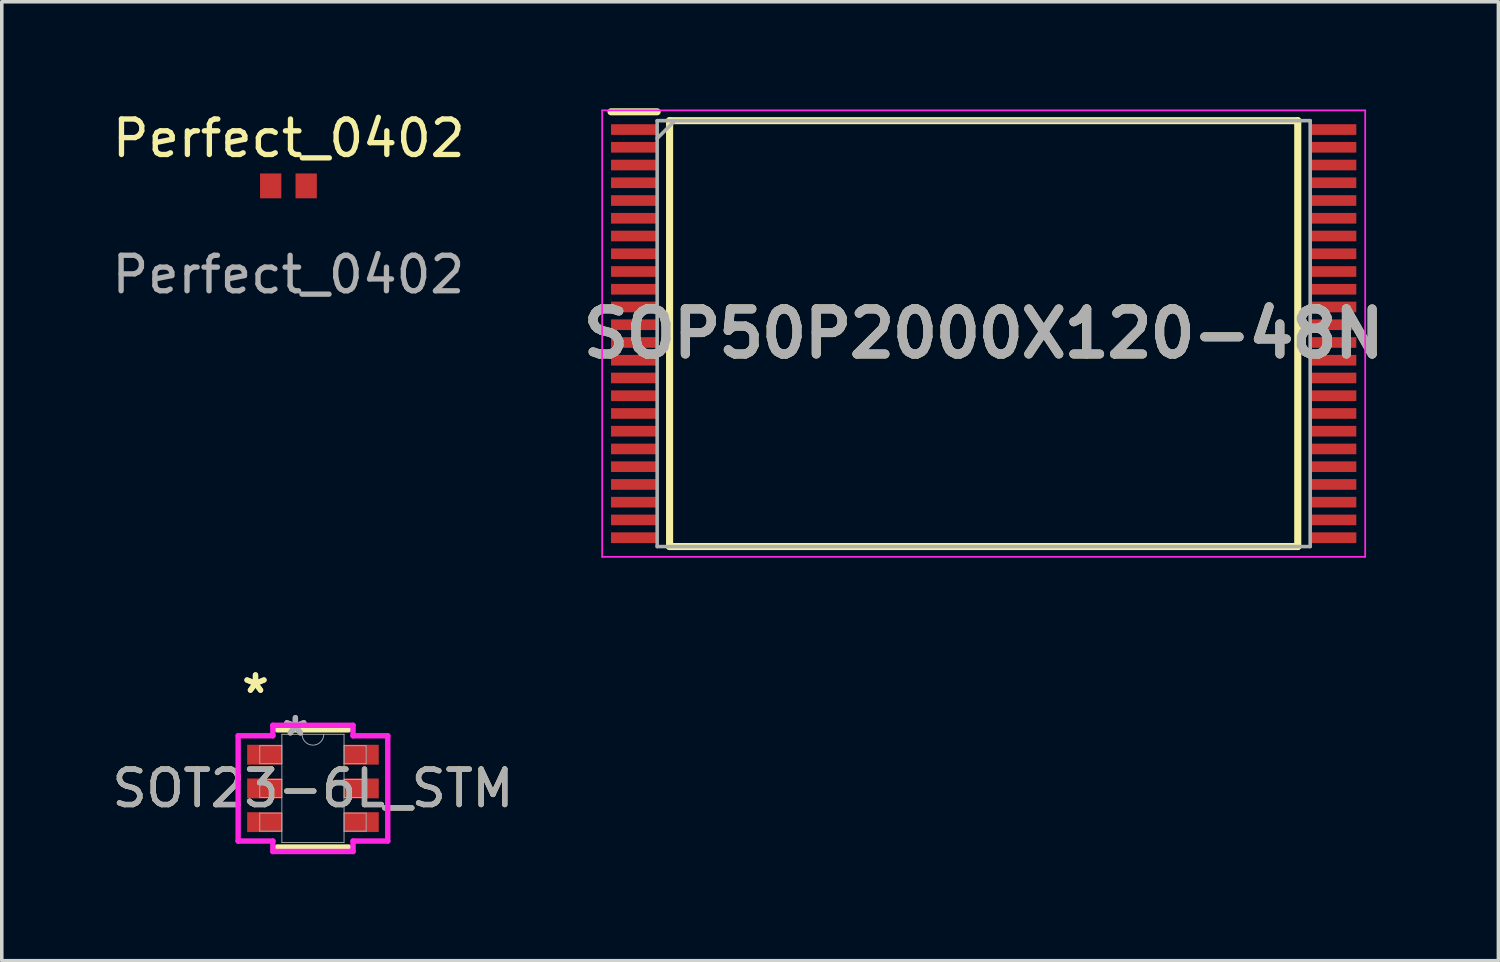
<source format=kicad_pcb>
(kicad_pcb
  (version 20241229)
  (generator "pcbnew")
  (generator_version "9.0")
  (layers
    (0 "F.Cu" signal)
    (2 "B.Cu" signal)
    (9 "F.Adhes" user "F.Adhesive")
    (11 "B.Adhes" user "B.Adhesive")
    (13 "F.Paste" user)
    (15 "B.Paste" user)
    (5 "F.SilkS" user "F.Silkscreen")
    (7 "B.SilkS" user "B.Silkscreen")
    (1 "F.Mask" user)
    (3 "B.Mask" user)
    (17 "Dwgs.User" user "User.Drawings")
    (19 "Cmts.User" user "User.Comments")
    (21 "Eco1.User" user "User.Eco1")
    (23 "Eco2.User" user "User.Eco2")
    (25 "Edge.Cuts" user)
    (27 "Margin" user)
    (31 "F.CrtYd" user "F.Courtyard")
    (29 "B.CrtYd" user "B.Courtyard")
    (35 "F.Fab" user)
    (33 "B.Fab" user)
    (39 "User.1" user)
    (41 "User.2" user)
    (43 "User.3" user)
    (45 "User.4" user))
  (footprint "Perfect_0402"
    (layer "F.Cu")
    (at 5.077 2.188)
    (property "Reference" "Perfect_0402" (at 0.01 -1.34 0) (unlocked yes) (layer "F.SilkS") (effects (font (size 1 1) (thickness 0.15))))
    (attr smd)
    (fp_text user "${REFERENCE}" (at 0 2.5 0) (unlocked yes) (layer "F.Fab") (effects (font (size 1 1) (thickness 0.15))))
    (pad "1" smd rect (at -0.5 0) (size 0.6 0.7) (layers "F.Cu" "F.Mask" "F.Paste"))
    (pad "2" smd rect (at 0.5 0) (size 0.6 0.7) (layers "F.Cu" "F.Mask" "F.Paste")))
  (footprint "SOP50P2000X120-48N"
    (layer "F.Cu")
    (at 24.667 6.35)
    (property "Reference" "SOP50P2000X120-48N" (at 0 0 0) (layer "F.SilkS") (effects (font (size 1.27 1.27) (thickness 0.254))))
    (attr smd)
    (fp_line (start -10.5 -6.25) (end -9.2 -6.25) (stroke (width 0.2) (type solid)) (layer "F.SilkS"))
    (fp_line (start -8.85 -6) (end 8.85 -6) (stroke (width 0.2) (type solid)) (layer "F.SilkS"))
    (fp_line (start -8.85 6) (end -8.85 -6) (stroke (width 0.2) (type solid)) (layer "F.SilkS"))
    (fp_line (start 8.85 -6) (end 8.85 6) (stroke (width 0.2) (type solid)) (layer "F.SilkS"))
    (fp_line (start 8.85 6) (end -8.85 6) (stroke (width 0.2) (type solid)) (layer "F.SilkS"))
    (fp_line (start -10.75 -6.29) (end 10.75 -6.29) (stroke (width 0.05) (type solid)) (layer "F.CrtYd"))
    (fp_line (start -10.75 6.29) (end -10.75 -6.29) (stroke (width 0.05) (type solid)) (layer "F.CrtYd"))
    (fp_line (start 10.75 -6.29) (end 10.75 6.29) (stroke (width 0.05) (type solid)) (layer "F.CrtYd"))
    (fp_line (start 10.75 6.29) (end -10.75 6.29) (stroke (width 0.05) (type solid)) (layer "F.CrtYd"))
    (fp_line (start -9.2 -6) (end 9.2 -6) (stroke (width 0.1) (type solid)) (layer "F.Fab"))
    (fp_line (start -9.2 -5.5) (end -8.7 -6) (stroke (width 0.1) (type solid)) (layer "F.Fab"))
    (fp_line (start -9.2 6) (end -9.2 -6) (stroke (width 0.1) (type solid)) (layer "F.Fab"))
    (fp_line (start 9.2 -6) (end 9.2 6) (stroke (width 0.1) (type solid)) (layer "F.Fab"))
    (fp_line (start 9.2 6) (end -9.2 6) (stroke (width 0.1) (type solid)) (layer "F.Fab"))
    (fp_text user "${REFERENCE}" (at 0 0 0) (layer "F.Fab") (effects (font (size 1.27 1.27) (thickness 0.254))))
    (pad "1" smd rect (at -9.85 -5.75 90) (size 0.3 1.3) (layers "F.Cu" "F.Mask" "F.Paste"))
    (pad "2" smd rect (at -9.85 -5.25 90) (size 0.3 1.3) (layers "F.Cu" "F.Mask" "F.Paste"))
    (pad "3" smd rect (at -9.85 -4.75 90) (size 0.3 1.3) (layers "F.Cu" "F.Mask" "F.Paste"))
    (pad "4" smd rect (at -9.85 -4.25 90) (size 0.3 1.3) (layers "F.Cu" "F.Mask" "F.Paste"))
    (pad "5" smd rect (at -9.85 -3.75 90) (size 0.3 1.3) (layers "F.Cu" "F.Mask" "F.Paste"))
    (pad "6" smd rect (at -9.85 -3.25 90) (size 0.3 1.3) (layers "F.Cu" "F.Mask" "F.Paste"))
    (pad "7" smd rect (at -9.85 -2.75 90) (size 0.3 1.3) (layers "F.Cu" "F.Mask" "F.Paste"))
    (pad "8" smd rect (at -9.85 -2.25 90) (size 0.3 1.3) (layers "F.Cu" "F.Mask" "F.Paste"))
    (pad "9" smd rect (at -9.85 -1.75 90) (size 0.3 1.3) (layers "F.Cu" "F.Mask" "F.Paste"))
    (pad "10" smd rect (at -9.85 -1.25 90) (size 0.3 1.3) (layers "F.Cu" "F.Mask" "F.Paste"))
    (pad "11" smd rect (at -9.85 -0.75 90) (size 0.3 1.3) (layers "F.Cu" "F.Mask" "F.Paste"))
    (pad "12" smd rect (at -9.85 -0.25 90) (size 0.3 1.3) (layers "F.Cu" "F.Mask" "F.Paste"))
    (pad "13" smd rect (at -9.85 0.25 90) (size 0.3 1.3) (layers "F.Cu" "F.Mask" "F.Paste"))
    (pad "14" smd rect (at -9.85 0.75 90) (size 0.3 1.3) (layers "F.Cu" "F.Mask" "F.Paste"))
    (pad "15" smd rect (at -9.85 1.25 90) (size 0.3 1.3) (layers "F.Cu" "F.Mask" "F.Paste"))
    (pad "16" smd rect (at -9.85 1.75 90) (size 0.3 1.3) (layers "F.Cu" "F.Mask" "F.Paste"))
    (pad "17" smd rect (at -9.85 2.25 90) (size 0.3 1.3) (layers "F.Cu" "F.Mask" "F.Paste"))
    (pad "18" smd rect (at -9.85 2.75 90) (size 0.3 1.3) (layers "F.Cu" "F.Mask" "F.Paste"))
    (pad "19" smd rect (at -9.85 3.25 90) (size 0.3 1.3) (layers "F.Cu" "F.Mask" "F.Paste"))
    (pad "20" smd rect (at -9.85 3.75 90) (size 0.3 1.3) (layers "F.Cu" "F.Mask" "F.Paste"))
    (pad "21" smd rect (at -9.85 4.25 90) (size 0.3 1.3) (layers "F.Cu" "F.Mask" "F.Paste"))
    (pad "22" smd rect (at -9.85 4.75 90) (size 0.3 1.3) (layers "F.Cu" "F.Mask" "F.Paste"))
    (pad "23" smd rect (at -9.85 5.25 90) (size 0.3 1.3) (layers "F.Cu" "F.Mask" "F.Paste"))
    (pad "24" smd rect (at -9.85 5.75 90) (size 0.3 1.3) (layers "F.Cu" "F.Mask" "F.Paste"))
    (pad "25" smd rect (at 9.85 5.75 90) (size 0.3 1.3) (layers "F.Cu" "F.Mask" "F.Paste"))
    (pad "26" smd rect (at 9.85 5.25 90) (size 0.3 1.3) (layers "F.Cu" "F.Mask" "F.Paste"))
    (pad "27" smd rect (at 9.85 4.75 90) (size 0.3 1.3) (layers "F.Cu" "F.Mask" "F.Paste"))
    (pad "28" smd rect (at 9.85 4.25 90) (size 0.3 1.3) (layers "F.Cu" "F.Mask" "F.Paste"))
    (pad "29" smd rect (at 9.85 3.75 90) (size 0.3 1.3) (layers "F.Cu" "F.Mask" "F.Paste"))
    (pad "30" smd rect (at 9.85 3.25 90) (size 0.3 1.3) (layers "F.Cu" "F.Mask" "F.Paste"))
    (pad "31" smd rect (at 9.85 2.75 90) (size 0.3 1.3) (layers "F.Cu" "F.Mask" "F.Paste"))
    (pad "32" smd rect (at 9.85 2.25 90) (size 0.3 1.3) (layers "F.Cu" "F.Mask" "F.Paste"))
    (pad "33" smd rect (at 9.85 1.75 90) (size 0.3 1.3) (layers "F.Cu" "F.Mask" "F.Paste"))
    (pad "34" smd rect (at 9.85 1.25 90) (size 0.3 1.3) (layers "F.Cu" "F.Mask" "F.Paste"))
    (pad "35" smd rect (at 9.85 0.75 90) (size 0.3 1.3) (layers "F.Cu" "F.Mask" "F.Paste"))
    (pad "36" smd rect (at 9.85 0.25 90) (size 0.3 1.3) (layers "F.Cu" "F.Mask" "F.Paste"))
    (pad "37" smd rect (at 9.85 -0.25 90) (size 0.3 1.3) (layers "F.Cu" "F.Mask" "F.Paste"))
    (pad "38" smd rect (at 9.85 -0.75 90) (size 0.3 1.3) (layers "F.Cu" "F.Mask" "F.Paste"))
    (pad "39" smd rect (at 9.85 -1.25 90) (size 0.3 1.3) (layers "F.Cu" "F.Mask" "F.Paste"))
    (pad "40" smd rect (at 9.85 -1.75 90) (size 0.3 1.3) (layers "F.Cu" "F.Mask" "F.Paste"))
    (pad "41" smd rect (at 9.85 -2.25 90) (size 0.3 1.3) (layers "F.Cu" "F.Mask" "F.Paste"))
    (pad "42" smd rect (at 9.85 -2.75 90) (size 0.3 1.3) (layers "F.Cu" "F.Mask" "F.Paste"))
    (pad "43" smd rect (at 9.85 -3.25 90) (size 0.3 1.3) (layers "F.Cu" "F.Mask" "F.Paste"))
    (pad "44" smd rect (at 9.85 -3.75 90) (size 0.3 1.3) (layers "F.Cu" "F.Mask" "F.Paste"))
    (pad "45" smd rect (at 9.85 -4.25 90) (size 0.3 1.3) (layers "F.Cu" "F.Mask" "F.Paste"))
    (pad "46" smd rect (at 9.85 -4.75 90) (size 0.3 1.3) (layers "F.Cu" "F.Mask" "F.Paste"))
    (pad "47" smd rect (at 9.85 -5.25 90) (size 0.3 1.3) (layers "F.Cu" "F.Mask" "F.Paste"))
    (pad "48" smd rect (at 9.85 -5.75 90) (size 0.3 1.3) (layers "F.Cu" "F.Mask" "F.Paste")))
  (footprint "SOT23-6L_STM"
    (layer "F.Cu")
    (at 5.768 19.165)
    (property "Reference" "SOT23-6L_STM" (at 0 0 0) (unlocked yes) (layer "F.SilkS") (effects (font (size 1 1) (thickness 0.15))))
    (attr smd)
    (fp_line (start -1.003 1.651) (end 1.003 1.651) (stroke (width 0.152) (type solid)) (layer "F.SilkS"))
    (fp_line (start 1.003 -1.651) (end -1.003 -1.651) (stroke (width 0.152) (type solid)) (layer "F.SilkS"))
    (fp_line (start -2.108 -1.483) (end -1.13 -1.483) (stroke (width 0.152) (type solid)) (layer "F.CrtYd"))
    (fp_line (start -2.108 1.483) (end -2.108 -1.483) (stroke (width 0.152) (type solid)) (layer "F.CrtYd"))
    (fp_line (start -2.108 1.483) (end -1.13 1.483) (stroke (width 0.152) (type solid)) (layer "F.CrtYd"))
    (fp_line (start -1.13 -1.778) (end 1.13 -1.778) (stroke (width 0.152) (type solid)) (layer "F.CrtYd"))
    (fp_line (start -1.13 -1.483) (end -1.13 -1.778) (stroke (width 0.152) (type solid)) (layer "F.CrtYd"))
    (fp_line (start -1.13 1.778) (end -1.13 1.483) (stroke (width 0.152) (type solid)) (layer "F.CrtYd"))
    (fp_line (start 1.13 -1.778) (end 1.13 -1.483) (stroke (width 0.152) (type solid)) (layer "F.CrtYd"))
    (fp_line (start 1.13 1.483) (end 1.13 1.778) (stroke (width 0.152) (type solid)) (layer "F.CrtYd"))
    (fp_line (start 1.13 1.778) (end -1.13 1.778) (stroke (width 0.152) (type solid)) (layer "F.CrtYd"))
    (fp_line (start 2.108 -1.483) (end 1.13 -1.483) (stroke (width 0.152) (type solid)) (layer "F.CrtYd"))
    (fp_line (start 2.108 -1.483) (end 2.108 1.483) (stroke (width 0.152) (type solid)) (layer "F.CrtYd"))
    (fp_line (start 2.108 1.483) (end 1.13 1.483) (stroke (width 0.152) (type solid)) (layer "F.CrtYd"))
    (fp_line (start -1.499 -1.204) (end -1.499 -0.696) (stroke (width 0.025) (type solid)) (layer "F.Fab"))
    (fp_line (start -1.499 -0.696) (end -0.876 -0.696) (stroke (width 0.025) (type solid)) (layer "F.Fab"))
    (fp_line (start -1.499 -0.254) (end -1.499 0.254) (stroke (width 0.025) (type solid)) (layer "F.Fab"))
    (fp_line (start -1.499 0.254) (end -0.876 0.254) (stroke (width 0.025) (type solid)) (layer "F.Fab"))
    (fp_line (start -1.499 0.696) (end -1.499 1.204) (stroke (width 0.025) (type solid)) (layer "F.Fab"))
    (fp_line (start -1.499 1.204) (end -0.876 1.204) (stroke (width 0.025) (type solid)) (layer "F.Fab"))
    (fp_line (start -0.876 -1.524) (end -0.876 1.524) (stroke (width 0.025) (type solid)) (layer "F.Fab"))
    (fp_line (start -0.876 -1.204) (end -1.499 -1.204) (stroke (width 0.025) (type solid)) (layer "F.Fab"))
    (fp_line (start -0.876 -0.696) (end -0.876 -1.204) (stroke (width 0.025) (type solid)) (layer "F.Fab"))
    (fp_line (start -0.876 -0.254) (end -1.499 -0.254) (stroke (width 0.025) (type solid)) (layer "F.Fab"))
    (fp_line (start -0.876 0.254) (end -0.876 -0.254) (stroke (width 0.025) (type solid)) (layer "F.Fab"))
    (fp_line (start -0.876 0.696) (end -1.499 0.696) (stroke (width 0.025) (type solid)) (layer "F.Fab"))
    (fp_line (start -0.876 1.204) (end -0.876 0.696) (stroke (width 0.025) (type solid)) (layer "F.Fab"))
    (fp_line (start -0.876 1.524) (end 0.876 1.524) (stroke (width 0.025) (type solid)) (layer "F.Fab"))
    (fp_line (start 0.876 -1.524) (end -0.876 -1.524) (stroke (width 0.025) (type solid)) (layer "F.Fab"))
    (fp_line (start 0.876 -1.204) (end 0.876 -0.696) (stroke (width 0.025) (type solid)) (layer "F.Fab"))
    (fp_line (start 0.876 -0.696) (end 1.499 -0.696) (stroke (width 0.025) (type solid)) (layer "F.Fab"))
    (fp_line (start 0.876 -0.254) (end 0.876 0.254) (stroke (width 0.025) (type solid)) (layer "F.Fab"))
    (fp_line (start 0.876 0.254) (end 1.499 0.254) (stroke (width 0.025) (type solid)) (layer "F.Fab"))
    (fp_line (start 0.876 0.696) (end 0.876 1.204) (stroke (width 0.025) (type solid)) (layer "F.Fab"))
    (fp_line (start 0.876 1.204) (end 1.499 1.204) (stroke (width 0.025) (type solid)) (layer "F.Fab"))
    (fp_line (start 0.876 1.524) (end 0.876 -1.524) (stroke (width 0.025) (type solid)) (layer "F.Fab"))
    (fp_line (start 1.499 -1.204) (end 0.876 -1.204) (stroke (width 0.025) (type solid)) (layer "F.Fab"))
    (fp_line (start 1.499 -0.696) (end 1.499 -1.204) (stroke (width 0.025) (type solid)) (layer "F.Fab"))
    (fp_line (start 1.499 -0.254) (end 0.876 -0.254) (stroke (width 0.025) (type solid)) (layer "F.Fab"))
    (fp_line (start 1.499 0.254) (end 1.499 -0.254) (stroke (width 0.025) (type solid)) (layer "F.Fab"))
    (fp_line (start 1.499 0.696) (end 0.876 0.696) (stroke (width 0.025) (type solid)) (layer "F.Fab"))
    (fp_line (start 1.499 1.204) (end 1.499 0.696) (stroke (width 0.025) (type solid)) (layer "F.Fab"))
    (fp_arc (start 0.3048 -1.524) (mid 0 -1.2192) (end -0.3048 -1.524) (stroke (width 0.0254) (type solid)) (layer "F.Fab"))
    (fp_text user "*" (at -1.619 -2.652 0) (layer "F.SilkS") (effects (font (size 1 1) (thickness 0.15))))
    (fp_text user "*" (at -1.619 -2.652 0) (unlocked yes) (layer "F.SilkS") (effects (font (size 1 1) (thickness 0.15))))
    (fp_text user "*" (at -0.495 -1.448 0) (unlocked yes) (layer "F.Fab") (effects (font (size 1 1) (thickness 0.15))))
    (fp_text user "*" (at -0.495 -1.448 0) (layer "F.Fab") (effects (font (size 1 1) (thickness 0.15))))
    (fp_text user "${REFERENCE}" (at 0 0 0) (unlocked yes) (layer "F.Fab") (effects (font (size 1 1) (thickness 0.15))))
    (pad "1" smd rect (at -1.365 -0.95) (size 0.978 0.559) (layers "F.Cu" "F.Mask" "F.Paste"))
    (pad "2" smd rect (at -1.365 0) (size 0.978 0.559) (layers "F.Cu" "F.Mask" "F.Paste"))
    (pad "3" smd rect (at -1.365 0.95) (size 0.978 0.559) (layers "F.Cu" "F.Mask" "F.Paste"))
    (pad "4" smd rect (at 1.365 0.95) (size 0.978 0.559) (layers "F.Cu" "F.Mask" "F.Paste"))
    (pad "5" smd rect (at 1.365 0) (size 0.978 0.559) (layers "F.Cu" "F.Mask" "F.Paste"))
    (pad "6" smd rect (at 1.365 -0.95) (size 0.978 0.559) (layers "F.Cu" "F.Mask" "F.Paste")))
  (gr_rect
    (start -3 -3)
    (end 39.17 24.019)
    (stroke (width 0.1) (type default))
    (fill no)
    (layer "Edge.Cuts")))
</source>
